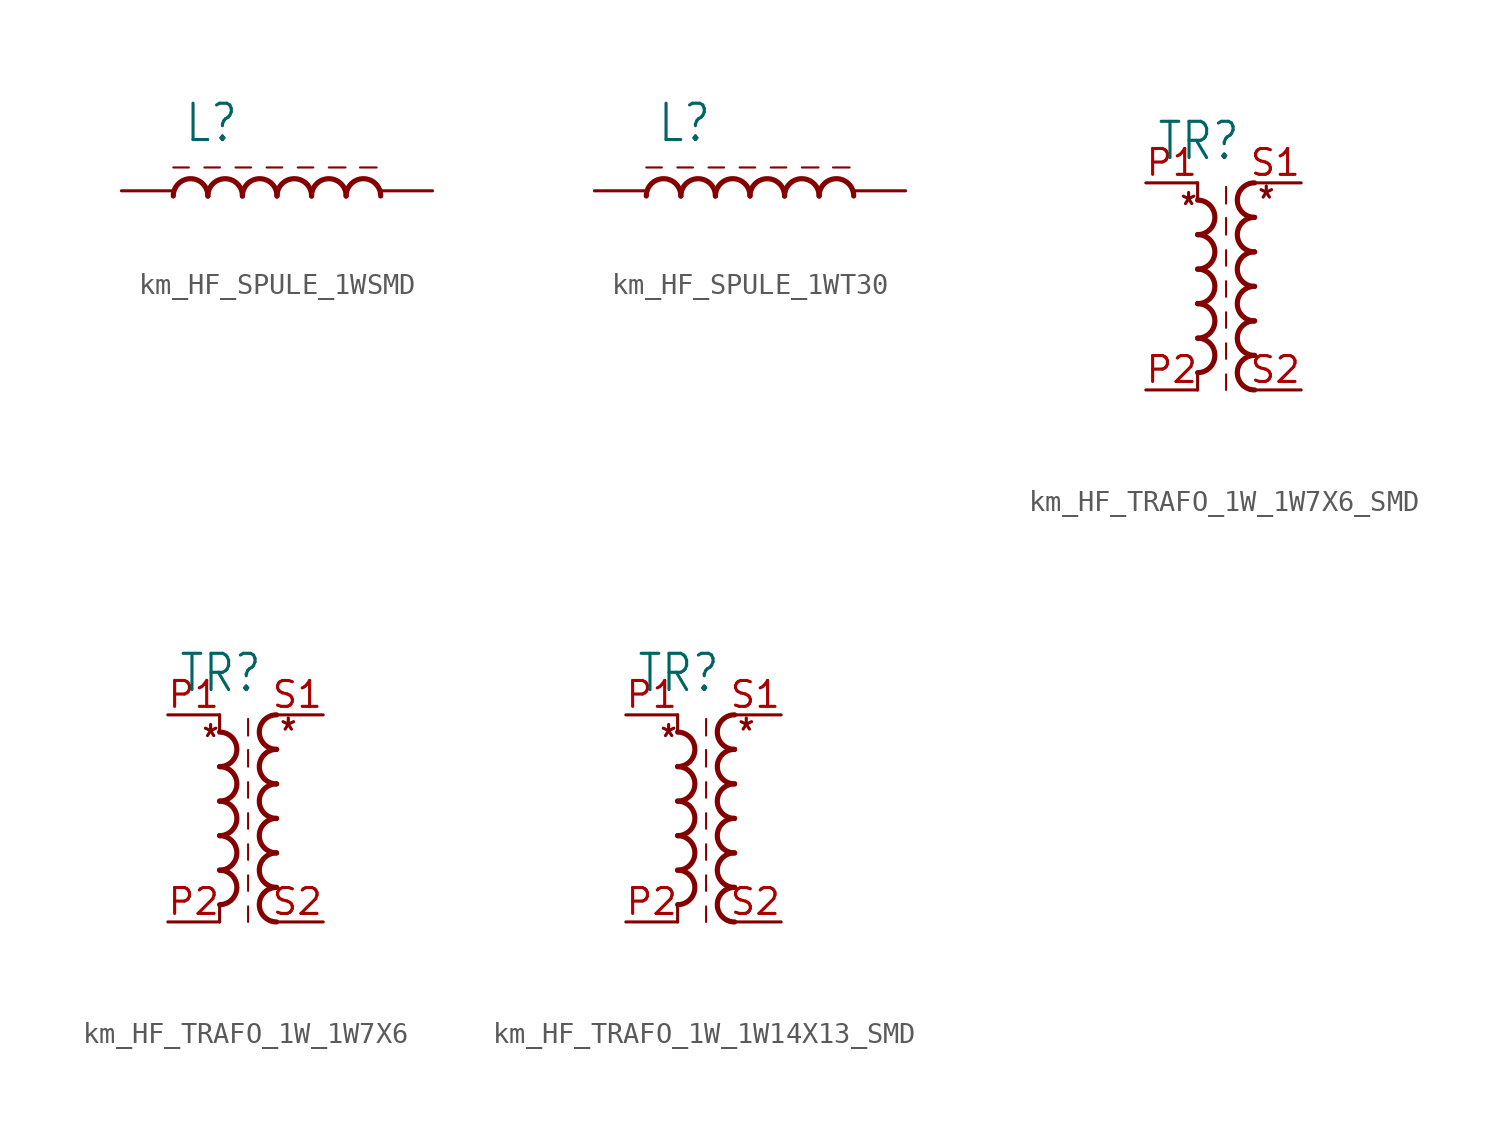
<source format=kicad_sym>
(kicad_symbol_lib
  (version 20231120)
  (generator "kicad_symbol_editor")
  (generator_version "8.0")
  (symbol "km_HF_SPULE_1WSMD"
    (property "Reference" "L"
      (at -4.572 2.286 0)
      (effects (font (size 1.778 1.511)) (justify left bottom)))
    (property "Value" ""
      (at -4.572 -2.794 0)
      (effects (font (size 1.778 1.511)) (justify left bottom)))
    (property "ki_locked" ""
      (at 0 0 0)
      (effects (font (size 1.27 1.27))))
    (symbol "km_HF_SPULE_1WSMD_1_0"
      (arc (start -3.3866 -0.254) (mid -4.2333 0.5927) (end -5.08 -0.254) (stroke (width 0.254) (type solid)) (fill (type none)))
      (arc (start -1.6934 -0.254) (mid -2.54 0.5926) (end -3.3866 -0.254) (stroke (width 0.254) (type solid)) (fill (type none)))
      (arc (start 0 -0.254) (mid -0.8467 0.5927) (end -1.6934 -0.254) (stroke (width 0.254) (type solid)) (fill (type none)))
      (polyline (pts (xy -5.08 1.143) (xy -4.318 1.143)) (stroke (width 0.102) (type solid)) (fill (type none)))
      (polyline (pts (xy -3.556 1.143) (xy -2.794 1.143)) (stroke (width 0.102) (type solid)) (fill (type none)))
      (polyline (pts (xy -2.032 1.143) (xy -1.27 1.143)) (stroke (width 0.102) (type solid)) (fill (type none)))
      (polyline (pts (xy -0.508 1.143) (xy 0.254 1.143)) (stroke (width 0.102) (type solid)) (fill (type none)))
      (polyline (pts (xy 1.016 1.143) (xy 1.778 1.143)) (stroke (width 0.102) (type solid)) (fill (type none)))
      (polyline (pts (xy 2.54 1.143) (xy 3.356 1.143)) (stroke (width 0.102) (type solid)) (fill (type none)))
      (polyline (pts (xy 4.064 1.143) (xy 4.88 1.143)) (stroke (width 0.102) (type solid)) (fill (type none)))
      (arc (start 1.6934 -0.254) (mid 0.8467 0.5927) (end 0 -0.254) (stroke (width 0.254) (type solid)) (fill (type none)))
      (arc (start 3.3866 -0.254) (mid 2.5399 0.5927) (end 1.6932 -0.254) (stroke (width 0.254) (type solid)) (fill (type none)))
      (arc (start 5.08 -0.254) (mid 4.2333 0.5927) (end 3.3866 -0.254) (stroke (width 0.254) (type solid)) (fill (type none)))
      (pin passive line (at 7.62 0 180) (length 2.54) (name "1" (effects (font (size 0 0)))) (number "P$1" (effects (font (size 0 0)))))
      (pin passive line (at -7.62 0 0) (length 2.54) (name "2" (effects (font (size 0 0)))) (number "P$2" (effects (font (size 0 0)))))))
  (symbol "km_HF_SPULE_1WT30"
    (property "Reference" "L"
      (at -4.572 2.286 0)
      (effects (font (size 1.778 1.511)) (justify left bottom)))
    (property "Value" ""
      (at -4.572 -2.794 0)
      (effects (font (size 1.778 1.511)) (justify left bottom)))
    (property "ki_locked" ""
      (at 0 0 0)
      (effects (font (size 1.27 1.27))))
    (symbol "km_HF_SPULE_1WT30_1_0"
      (arc (start -3.3866 -0.254) (mid -4.2333 0.5927) (end -5.08 -0.254) (stroke (width 0.254) (type solid)) (fill (type none)))
      (arc (start -1.6934 -0.254) (mid -2.54 0.5926) (end -3.3866 -0.254) (stroke (width 0.254) (type solid)) (fill (type none)))
      (arc (start 0 -0.254) (mid -0.8467 0.5927) (end -1.6934 -0.254) (stroke (width 0.254) (type solid)) (fill (type none)))
      (polyline (pts (xy -5.08 1.143) (xy -4.318 1.143)) (stroke (width 0.102) (type solid)) (fill (type none)))
      (polyline (pts (xy -3.556 1.143) (xy -2.794 1.143)) (stroke (width 0.102) (type solid)) (fill (type none)))
      (polyline (pts (xy -2.032 1.143) (xy -1.27 1.143)) (stroke (width 0.102) (type solid)) (fill (type none)))
      (polyline (pts (xy -0.508 1.143) (xy 0.254 1.143)) (stroke (width 0.102) (type solid)) (fill (type none)))
      (polyline (pts (xy 1.016 1.143) (xy 1.778 1.143)) (stroke (width 0.102) (type solid)) (fill (type none)))
      (polyline (pts (xy 2.54 1.143) (xy 3.356 1.143)) (stroke (width 0.102) (type solid)) (fill (type none)))
      (polyline (pts (xy 4.064 1.143) (xy 4.88 1.143)) (stroke (width 0.102) (type solid)) (fill (type none)))
      (arc (start 1.6934 -0.254) (mid 0.8467 0.5927) (end 0 -0.254) (stroke (width 0.254) (type solid)) (fill (type none)))
      (arc (start 3.3866 -0.254) (mid 2.5399 0.5927) (end 1.6932 -0.254) (stroke (width 0.254) (type solid)) (fill (type none)))
      (arc (start 5.08 -0.254) (mid 4.2333 0.5927) (end 3.3866 -0.254) (stroke (width 0.254) (type solid)) (fill (type none)))
      (pin passive line (at 7.62 0 180) (length 2.54) (name "1" (effects (font (size 0 0)))) (number "P$1" (effects (font (size 0 0)))))
      (pin passive line (at -7.62 0 0) (length 2.54) (name "2" (effects (font (size 0 0)))) (number "P$2" (effects (font (size 0 0)))))))
  (symbol "km_HF_TRAFO_1W_1W7X6_SMD"
    (property "Reference" "TR"
      (at -4.572 6.096 0)
      (effects (font (size 1.778 1.511)) (justify left bottom)))
    (property "Value" ""
      (at -4.572 -7.874 0)
      (effects (font (size 1.778 1.511)) (justify left bottom)))
    (property "ki_locked" ""
      (at 0 0 0)
      (effects (font (size 1.27 1.27))))
    (symbol "km_HF_TRAFO_1W_1W7X6_SMD_1_0"
      (arc (start -2.54 -4.2334) (mid -1.6933 -3.3867) (end -2.54 -2.54) (stroke (width 0.254) (type solid)) (fill (type none)))
      (arc (start -2.54 -2.54) (mid -1.6933 -1.6933) (end -2.54 -0.8466) (stroke (width 0.254) (type solid)) (fill (type none)))
      (arc (start -2.54 -0.8466) (mid -1.6934 0) (end -2.54 0.8466) (stroke (width 0.254) (type solid)) (fill (type none)))
      (arc (start -2.54 0.8466) (mid -1.6933 1.6933) (end -2.54 2.54) (stroke (width 0.254) (type solid)) (fill (type none)))
      (arc (start -2.54 2.54) (mid -1.6933 3.3867) (end -2.54 4.2334) (stroke (width 0.254) (type solid)) (fill (type none)))
      (polyline (pts (xy -2.54 -4.318) (xy -2.54 -5.08)) (stroke (width 0.152) (type solid)) (fill (type none)))
      (polyline (pts (xy -2.54 5.08) (xy -2.54 4.318)) (stroke (width 0.152) (type solid)) (fill (type none)))
      (polyline (pts (xy -1.143 -5.08) (xy -1.143 -4.318)) (stroke (width 0.102) (type solid)) (fill (type none)))
      (polyline (pts (xy -1.143 -3.556) (xy -1.143 -2.794)) (stroke (width 0.102) (type solid)) (fill (type none)))
      (polyline (pts (xy -1.143 -2.032) (xy -1.143 -1.27)) (stroke (width 0.102) (type solid)) (fill (type none)))
      (polyline (pts (xy -1.143 -0.508) (xy -1.143 0.254)) (stroke (width 0.102) (type solid)) (fill (type none)))
      (polyline (pts (xy -1.143 1.016) (xy -1.143 1.778)) (stroke (width 0.102) (type solid)) (fill (type none)))
      (polyline (pts (xy -1.143 2.54) (xy -1.143 3.356)) (stroke (width 0.102) (type solid)) (fill (type none)))
      (polyline (pts (xy -1.143 4.064) (xy -1.143 4.88)) (stroke (width 0.102) (type solid)) (fill (type none)))
      (arc (start 0.254 -3.3866) (mid -0.5927 -4.2333) (end 0.254 -5.08) (stroke (width 0.254) (type solid)) (fill (type none)))
      (arc (start 0.254 -1.6934) (mid -0.5926 -2.54) (end 0.254 -3.3866) (stroke (width 0.254) (type solid)) (fill (type none)))
      (arc (start 0.254 0) (mid -0.5927 -0.8467) (end 0.254 -1.6934) (stroke (width 0.254) (type solid)) (fill (type none)))
      (arc (start 0.254 1.6934) (mid -0.5927 0.8467) (end 0.254 0) (stroke (width 0.254) (type solid)) (fill (type none)))
      (arc (start 0.254 3.3866) (mid -0.5927 2.5399) (end 0.254 1.6932) (stroke (width 0.254) (type solid)) (fill (type none)))
      (arc (start 0.254 5.08) (mid -0.5927 4.2333) (end 0.254 3.3866) (stroke (width 0.254) (type solid)) (fill (type none)))
      (text "*" (at -3.493 3.175 0) (effects (font (size 1.27 1.079)) (justify left bottom)))
      (text "*" (at 0.318 3.493 0) (effects (font (size 1.27 1.079)) (justify left bottom)))
      (pin passive line (at -5.08 5.08 0) (length 2.54) (name "P1" (effects (font (size 0 0)))) (number "P1" (effects (font (size 1.27 1.27)))))
      (pin passive line (at -5.08 -5.08 0) (length 2.54) (name "P2" (effects (font (size 0 0)))) (number "P2" (effects (font (size 1.27 1.27)))))
      (pin passive line (at 2.54 5.08 180) (length 2.54) (name "S1" (effects (font (size 0 0)))) (number "S1" (effects (font (size 1.27 1.27)))))
      (pin passive line (at 2.54 -5.08 180) (length 2.54) (name "S2" (effects (font (size 0 0)))) (number "S2" (effects (font (size 1.27 1.27)))))))
  (symbol "km_HF_TRAFO_1W_1W7X6"
    (property "Reference" "TR"
      (at -4.572 6.096 0)
      (effects (font (size 1.778 1.511)) (justify left bottom)))
    (property "Value" ""
      (at -4.572 -7.874 0)
      (effects (font (size 1.778 1.511)) (justify left bottom)))
    (property "ki_locked" ""
      (at 0 0 0)
      (effects (font (size 1.27 1.27))))
    (symbol "km_HF_TRAFO_1W_1W7X6_1_0"
      (arc (start -2.54 -4.2334) (mid -1.6933 -3.3867) (end -2.54 -2.54) (stroke (width 0.254) (type solid)) (fill (type none)))
      (arc (start -2.54 -2.54) (mid -1.6933 -1.6933) (end -2.54 -0.8466) (stroke (width 0.254) (type solid)) (fill (type none)))
      (arc (start -2.54 -0.8466) (mid -1.6934 0) (end -2.54 0.8466) (stroke (width 0.254) (type solid)) (fill (type none)))
      (arc (start -2.54 0.8466) (mid -1.6933 1.6933) (end -2.54 2.54) (stroke (width 0.254) (type solid)) (fill (type none)))
      (arc (start -2.54 2.54) (mid -1.6933 3.3867) (end -2.54 4.2334) (stroke (width 0.254) (type solid)) (fill (type none)))
      (polyline (pts (xy -2.54 -4.318) (xy -2.54 -5.08)) (stroke (width 0.152) (type solid)) (fill (type none)))
      (polyline (pts (xy -2.54 5.08) (xy -2.54 4.318)) (stroke (width 0.152) (type solid)) (fill (type none)))
      (polyline (pts (xy -1.143 -5.08) (xy -1.143 -4.318)) (stroke (width 0.102) (type solid)) (fill (type none)))
      (polyline (pts (xy -1.143 -3.556) (xy -1.143 -2.794)) (stroke (width 0.102) (type solid)) (fill (type none)))
      (polyline (pts (xy -1.143 -2.032) (xy -1.143 -1.27)) (stroke (width 0.102) (type solid)) (fill (type none)))
      (polyline (pts (xy -1.143 -0.508) (xy -1.143 0.254)) (stroke (width 0.102) (type solid)) (fill (type none)))
      (polyline (pts (xy -1.143 1.016) (xy -1.143 1.778)) (stroke (width 0.102) (type solid)) (fill (type none)))
      (polyline (pts (xy -1.143 2.54) (xy -1.143 3.356)) (stroke (width 0.102) (type solid)) (fill (type none)))
      (polyline (pts (xy -1.143 4.064) (xy -1.143 4.88)) (stroke (width 0.102) (type solid)) (fill (type none)))
      (arc (start 0.254 -3.3866) (mid -0.5927 -4.2333) (end 0.254 -5.08) (stroke (width 0.254) (type solid)) (fill (type none)))
      (arc (start 0.254 -1.6934) (mid -0.5926 -2.54) (end 0.254 -3.3866) (stroke (width 0.254) (type solid)) (fill (type none)))
      (arc (start 0.254 0) (mid -0.5927 -0.8467) (end 0.254 -1.6934) (stroke (width 0.254) (type solid)) (fill (type none)))
      (arc (start 0.254 1.6934) (mid -0.5927 0.8467) (end 0.254 0) (stroke (width 0.254) (type solid)) (fill (type none)))
      (arc (start 0.254 3.3866) (mid -0.5927 2.5399) (end 0.254 1.6932) (stroke (width 0.254) (type solid)) (fill (type none)))
      (arc (start 0.254 5.08) (mid -0.5927 4.2333) (end 0.254 3.3866) (stroke (width 0.254) (type solid)) (fill (type none)))
      (text "*" (at -3.493 3.175 0) (effects (font (size 1.27 1.079)) (justify left bottom)))
      (text "*" (at 0.318 3.493 0) (effects (font (size 1.27 1.079)) (justify left bottom)))
      (pin passive line (at -5.08 5.08 0) (length 2.54) (name "P1" (effects (font (size 0 0)))) (number "P1" (effects (font (size 1.27 1.27)))))
      (pin passive line (at -5.08 -5.08 0) (length 2.54) (name "P2" (effects (font (size 0 0)))) (number "P2" (effects (font (size 1.27 1.27)))))
      (pin passive line (at 2.54 5.08 180) (length 2.54) (name "S1" (effects (font (size 0 0)))) (number "S1" (effects (font (size 1.27 1.27)))))
      (pin passive line (at 2.54 -5.08 180) (length 2.54) (name "S2" (effects (font (size 0 0)))) (number "S2" (effects (font (size 1.27 1.27)))))))
  (symbol "km_HF_TRAFO_1W_1W14X13_SMD"
    (property "Reference" "TR"
      (at -4.572 6.096 0)
      (effects (font (size 1.778 1.511)) (justify left bottom)))
    (property "Value" ""
      (at -4.572 -7.874 0)
      (effects (font (size 1.778 1.511)) (justify left bottom)))
    (property "ki_locked" ""
      (at 0 0 0)
      (effects (font (size 1.27 1.27))))
    (symbol "km_HF_TRAFO_1W_1W14X13_SMD_1_0"
      (arc (start -2.54 -4.2334) (mid -1.6933 -3.3867) (end -2.54 -2.54) (stroke (width 0.254) (type solid)) (fill (type none)))
      (arc (start -2.54 -2.54) (mid -1.6933 -1.6933) (end -2.54 -0.8466) (stroke (width 0.254) (type solid)) (fill (type none)))
      (arc (start -2.54 -0.8466) (mid -1.6934 0) (end -2.54 0.8466) (stroke (width 0.254) (type solid)) (fill (type none)))
      (arc (start -2.54 0.8466) (mid -1.6933 1.6933) (end -2.54 2.54) (stroke (width 0.254) (type solid)) (fill (type none)))
      (arc (start -2.54 2.54) (mid -1.6933 3.3867) (end -2.54 4.2334) (stroke (width 0.254) (type solid)) (fill (type none)))
      (polyline (pts (xy -2.54 -4.318) (xy -2.54 -5.08)) (stroke (width 0.152) (type solid)) (fill (type none)))
      (polyline (pts (xy -2.54 5.08) (xy -2.54 4.318)) (stroke (width 0.152) (type solid)) (fill (type none)))
      (polyline (pts (xy -1.143 -5.08) (xy -1.143 -4.318)) (stroke (width 0.102) (type solid)) (fill (type none)))
      (polyline (pts (xy -1.143 -3.556) (xy -1.143 -2.794)) (stroke (width 0.102) (type solid)) (fill (type none)))
      (polyline (pts (xy -1.143 -2.032) (xy -1.143 -1.27)) (stroke (width 0.102) (type solid)) (fill (type none)))
      (polyline (pts (xy -1.143 -0.508) (xy -1.143 0.254)) (stroke (width 0.102) (type solid)) (fill (type none)))
      (polyline (pts (xy -1.143 1.016) (xy -1.143 1.778)) (stroke (width 0.102) (type solid)) (fill (type none)))
      (polyline (pts (xy -1.143 2.54) (xy -1.143 3.356)) (stroke (width 0.102) (type solid)) (fill (type none)))
      (polyline (pts (xy -1.143 4.064) (xy -1.143 4.88)) (stroke (width 0.102) (type solid)) (fill (type none)))
      (arc (start 0.254 -3.3866) (mid -0.5927 -4.2333) (end 0.254 -5.08) (stroke (width 0.254) (type solid)) (fill (type none)))
      (arc (start 0.254 -1.6934) (mid -0.5926 -2.54) (end 0.254 -3.3866) (stroke (width 0.254) (type solid)) (fill (type none)))
      (arc (start 0.254 0) (mid -0.5927 -0.8467) (end 0.254 -1.6934) (stroke (width 0.254) (type solid)) (fill (type none)))
      (arc (start 0.254 1.6934) (mid -0.5927 0.8467) (end 0.254 0) (stroke (width 0.254) (type solid)) (fill (type none)))
      (arc (start 0.254 3.3866) (mid -0.5927 2.5399) (end 0.254 1.6932) (stroke (width 0.254) (type solid)) (fill (type none)))
      (arc (start 0.254 5.08) (mid -0.5927 4.2333) (end 0.254 3.3866) (stroke (width 0.254) (type solid)) (fill (type none)))
      (text "*" (at -3.493 3.175 0) (effects (font (size 1.27 1.079)) (justify left bottom)))
      (text "*" (at 0.318 3.493 0) (effects (font (size 1.27 1.079)) (justify left bottom)))
      (pin passive line (at -5.08 5.08 0) (length 2.54) (name "P1" (effects (font (size 0 0)))) (number "P1" (effects (font (size 1.27 1.27)))))
      (pin passive line (at -5.08 -5.08 0) (length 2.54) (name "P2" (effects (font (size 0 0)))) (number "P2" (effects (font (size 1.27 1.27)))))
      (pin passive line (at 2.54 5.08 180) (length 2.54) (name "S1" (effects (font (size 0 0)))) (number "S1" (effects (font (size 1.27 1.27)))))
      (pin passive line (at 2.54 -5.08 180) (length 2.54) (name "S2" (effects (font (size 0 0)))) (number "S2" (effects (font (size 1.27 1.27))))))))
</source>
